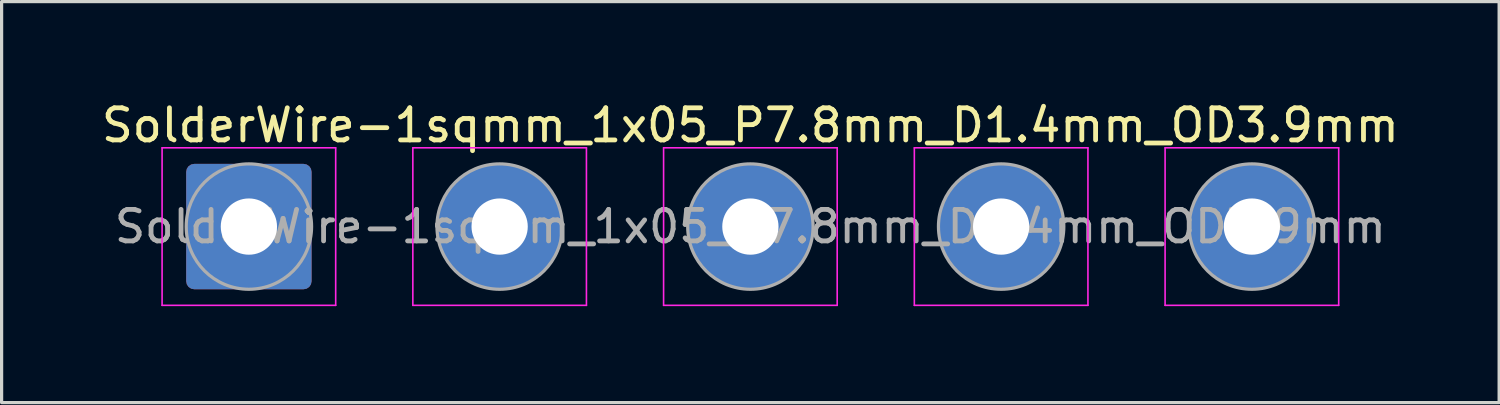
<source format=kicad_pcb>
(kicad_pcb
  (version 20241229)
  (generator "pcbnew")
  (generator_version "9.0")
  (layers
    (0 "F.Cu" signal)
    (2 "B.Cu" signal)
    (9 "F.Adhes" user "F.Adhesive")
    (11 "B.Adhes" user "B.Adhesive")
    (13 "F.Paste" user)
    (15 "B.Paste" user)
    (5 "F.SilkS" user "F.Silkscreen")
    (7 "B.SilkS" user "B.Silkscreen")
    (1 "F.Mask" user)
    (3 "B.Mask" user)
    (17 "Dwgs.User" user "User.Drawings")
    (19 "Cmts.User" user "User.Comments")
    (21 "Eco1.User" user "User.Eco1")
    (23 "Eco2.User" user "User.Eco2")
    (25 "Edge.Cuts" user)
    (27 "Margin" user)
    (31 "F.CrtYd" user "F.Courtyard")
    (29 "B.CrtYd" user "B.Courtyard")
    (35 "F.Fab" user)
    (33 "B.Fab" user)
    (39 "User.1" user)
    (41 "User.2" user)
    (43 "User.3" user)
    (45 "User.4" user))
  (footprint "SolderWire-1sqmm_1x05_P7.8mm_D1.4mm_OD3.9mm"
    (layer "F.Cu")
    (at 4.692 3.998)
    (property "Reference" "SolderWire-1sqmm_1x05_P7.8mm_D1.4mm_OD3.9mm" (at 15.6 -3.15 0) (layer "F.SilkS") (effects (font (size 1 1) (thickness 0.15))))
    (attr exclude_from_pos_files exclude_from_bom)
    (fp_line (start -2.7 -2.45) (end -2.7 2.45) (stroke (width 0.05) (type solid)) (layer "F.CrtYd"))
    (fp_line (start -2.7 2.45) (end 2.7 2.45) (stroke (width 0.05) (type solid)) (layer "F.CrtYd"))
    (fp_line (start 2.7 -2.45) (end -2.7 -2.45) (stroke (width 0.05) (type solid)) (layer "F.CrtYd"))
    (fp_line (start 2.7 2.45) (end 2.7 -2.45) (stroke (width 0.05) (type solid)) (layer "F.CrtYd"))
    (fp_line (start 5.1 -2.45) (end 5.1 2.45) (stroke (width 0.05) (type solid)) (layer "F.CrtYd"))
    (fp_line (start 5.1 2.45) (end 10.5 2.45) (stroke (width 0.05) (type solid)) (layer "F.CrtYd"))
    (fp_line (start 10.5 -2.45) (end 5.1 -2.45) (stroke (width 0.05) (type solid)) (layer "F.CrtYd"))
    (fp_line (start 10.5 2.45) (end 10.5 -2.45) (stroke (width 0.05) (type solid)) (layer "F.CrtYd"))
    (fp_line (start 12.9 -2.45) (end 12.9 2.45) (stroke (width 0.05) (type solid)) (layer "F.CrtYd"))
    (fp_line (start 12.9 2.45) (end 18.3 2.45) (stroke (width 0.05) (type solid)) (layer "F.CrtYd"))
    (fp_line (start 18.3 -2.45) (end 12.9 -2.45) (stroke (width 0.05) (type solid)) (layer "F.CrtYd"))
    (fp_line (start 18.3 2.45) (end 18.3 -2.45) (stroke (width 0.05) (type solid)) (layer "F.CrtYd"))
    (fp_line (start 20.7 -2.45) (end 20.7 2.45) (stroke (width 0.05) (type solid)) (layer "F.CrtYd"))
    (fp_line (start 20.7 2.45) (end 26.1 2.45) (stroke (width 0.05) (type solid)) (layer "F.CrtYd"))
    (fp_line (start 26.1 -2.45) (end 20.7 -2.45) (stroke (width 0.05) (type solid)) (layer "F.CrtYd"))
    (fp_line (start 26.1 2.45) (end 26.1 -2.45) (stroke (width 0.05) (type solid)) (layer "F.CrtYd"))
    (fp_line (start 28.5 -2.45) (end 28.5 2.45) (stroke (width 0.05) (type solid)) (layer "F.CrtYd"))
    (fp_line (start 28.5 2.45) (end 33.9 2.45) (stroke (width 0.05) (type solid)) (layer "F.CrtYd"))
    (fp_line (start 33.9 -2.45) (end 28.5 -2.45) (stroke (width 0.05) (type solid)) (layer "F.CrtYd"))
    (fp_line (start 33.9 2.45) (end 33.9 -2.45) (stroke (width 0.05) (type solid)) (layer "F.CrtYd"))
    (fp_circle (center 0 0) (end 1.95 0) (stroke (width 0.1) (type solid)) (fill no) (layer "F.Fab"))
    (fp_circle (center 7.8 0) (end 9.75 0) (stroke (width 0.1) (type solid)) (fill no) (layer "F.Fab"))
    (fp_circle (center 15.6 0) (end 17.55 0) (stroke (width 0.1) (type solid)) (fill no) (layer "F.Fab"))
    (fp_circle (center 23.4 0) (end 25.35 0) (stroke (width 0.1) (type solid)) (fill no) (layer "F.Fab"))
    (fp_circle (center 31.2 0) (end 33.15 0) (stroke (width 0.1) (type solid)) (fill no) (layer "F.Fab"))
    (fp_text user "${REFERENCE}" (at 15.6 0 0) (layer "F.Fab") (effects (font (size 0.98 0.98) (thickness 0.15))))
    (pad "1" thru_hole roundrect (at 0 0) (size 3.9 3.9) (drill 1.75) (layers "*.Cu" "*.Mask") (roundrect_rratio 0.064))
    (pad "2" thru_hole circle (at 7.8 0) (size 3.9 3.9) (drill 1.75) (layers "*.Cu" "*.Mask"))
    (pad "3" thru_hole circle (at 15.6 0) (size 3.9 3.9) (drill 1.75) (layers "*.Cu" "*.Mask"))
    (pad "4" thru_hole circle (at 23.4 0) (size 3.9 3.9) (drill 1.75) (layers "*.Cu" "*.Mask"))
    (pad "5" thru_hole circle (at 31.2 0) (size 3.9 3.9) (drill 1.75) (layers "*.Cu" "*.Mask")))
  (gr_rect
    (start -3 -3)
    (end 43.583 9.473)
    (stroke (width 0.1) (type default))
    (fill no)
    (layer "Edge.Cuts")))
</source>
